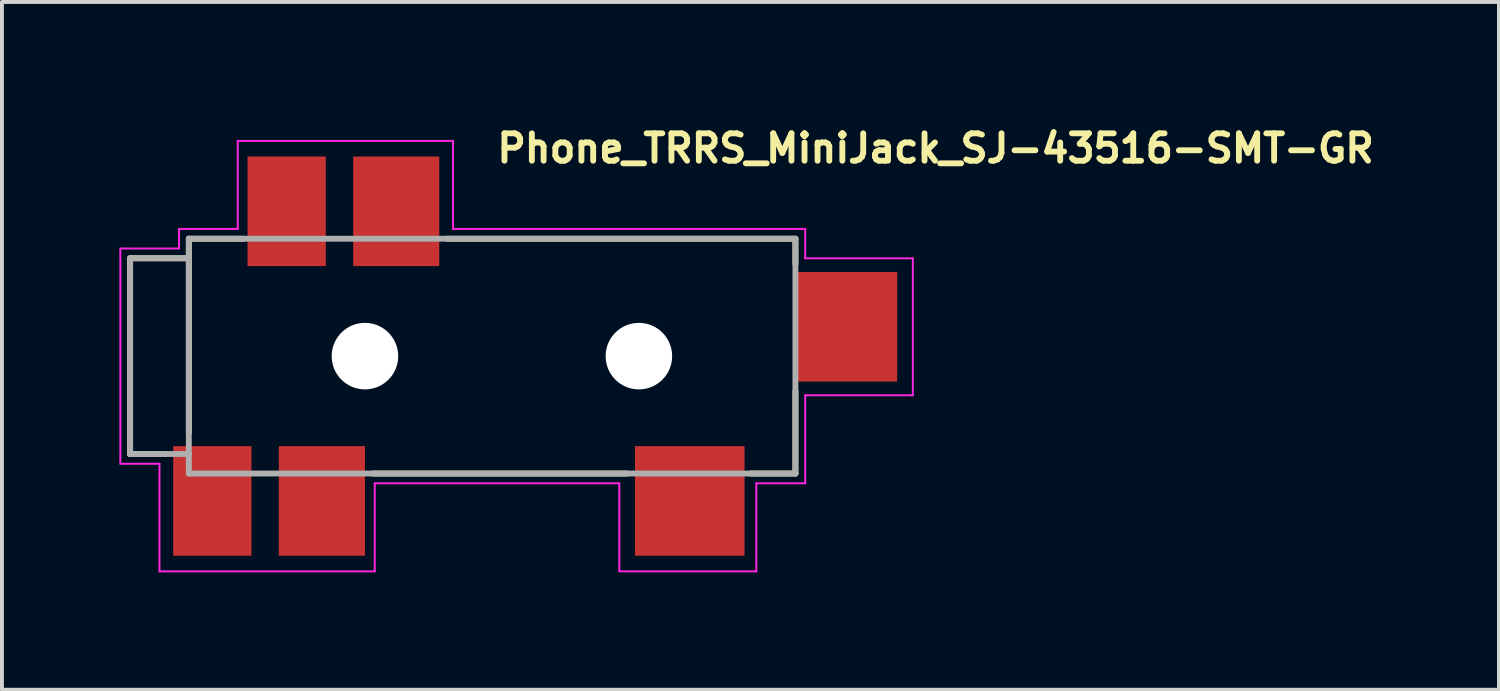
<source format=kicad_pcb>
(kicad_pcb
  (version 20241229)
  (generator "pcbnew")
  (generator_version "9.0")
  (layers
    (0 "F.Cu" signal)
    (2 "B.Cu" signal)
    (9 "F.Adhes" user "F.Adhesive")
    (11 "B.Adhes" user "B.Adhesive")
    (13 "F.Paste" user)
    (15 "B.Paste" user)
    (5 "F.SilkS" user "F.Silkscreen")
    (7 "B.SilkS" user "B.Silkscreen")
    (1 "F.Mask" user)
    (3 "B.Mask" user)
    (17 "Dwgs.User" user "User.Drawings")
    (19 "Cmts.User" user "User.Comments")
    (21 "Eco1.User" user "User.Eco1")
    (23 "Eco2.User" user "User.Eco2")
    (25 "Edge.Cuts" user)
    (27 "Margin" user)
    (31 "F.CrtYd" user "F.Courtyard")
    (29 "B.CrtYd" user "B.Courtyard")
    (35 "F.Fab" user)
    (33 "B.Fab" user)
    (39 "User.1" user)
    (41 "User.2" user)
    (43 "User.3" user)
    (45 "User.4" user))
  (footprint "Phone_TRRS_MiniJack_SJ-43516-SMT-GR"
    (layer "F.Cu")
    (at 9.525 6.05)
    (property "Reference" "Phone_TRRS_MiniJack_SJ-43516-SMT-GR" (at 0.05 -4.9 0) (layer "F.SilkS") (effects (font (size 0.7 0.7) (thickness 0.15)) (justify left bottom)))
    (attr smd)
    (fp_line (start -9.25 -2.5) (end -9.25 2.5) (stroke (width 0.15) (type solid)) (layer "F.SilkS"))
    (fp_line (start -9.25 2.5) (end -8.35 2.5) (stroke (width 0.15) (type solid)) (layer "F.SilkS"))
    (fp_line (start -7.75 -3) (end -7.75 -2.5) (stroke (width 0.15) (type solid)) (layer "F.SilkS"))
    (fp_line (start -7.75 -2.5) (end -9.25 -2.5) (stroke (width 0.15) (type solid)) (layer "F.SilkS"))
    (fp_line (start -7.75 -2.5) (end -7.75 1.95) (stroke (width 0.15) (type solid)) (layer "F.SilkS"))
    (fp_line (start -6.35 -3) (end -7.75 -3) (stroke (width 0.15) (type solid)) (layer "F.SilkS"))
    (fp_line (start -3.05 3) (end 3.45 3) (stroke (width 0.15) (type solid)) (layer "F.SilkS"))
    (fp_line (start 6.6 3) (end 7.75 3) (stroke (width 0.15) (type solid)) (layer "F.SilkS"))
    (fp_line (start 7.75 -3) (end -1.15 -3) (stroke (width 0.15) (type solid)) (layer "F.SilkS"))
    (fp_line (start 7.75 -3) (end 7.75 -2.35) (stroke (width 0.15) (type solid)) (layer "F.SilkS"))
    (fp_line (start 7.75 0.9) (end 7.75 3) (stroke (width 0.15) (type solid)) (layer "F.SilkS"))
    (fp_line (start -9.5 -2.75) (end -8 -2.75) (stroke (width 0.05) (type solid)) (layer "F.CrtYd"))
    (fp_line (start -9.5 2.75) (end -9.5 -2.75) (stroke (width 0.05) (type solid)) (layer "F.CrtYd"))
    (fp_line (start -8.5 2.75) (end -9.5 2.75) (stroke (width 0.05) (type solid)) (layer "F.CrtYd"))
    (fp_line (start -8.5 5.5) (end -8.5 2.75) (stroke (width 0.05) (type solid)) (layer "F.CrtYd"))
    (fp_line (start -8 -3.25) (end -6.5 -3.25) (stroke (width 0.05) (type solid)) (layer "F.CrtYd"))
    (fp_line (start -8 -2.75) (end -8 -3.25) (stroke (width 0.05) (type solid)) (layer "F.CrtYd"))
    (fp_line (start -6.5 -5.5) (end -1 -5.5) (stroke (width 0.05) (type solid)) (layer "F.CrtYd"))
    (fp_line (start -6.5 -3.25) (end -6.5 -5.5) (stroke (width 0.05) (type solid)) (layer "F.CrtYd"))
    (fp_line (start -3 3.25) (end -3 5.5) (stroke (width 0.05) (type solid)) (layer "F.CrtYd"))
    (fp_line (start -3 5.5) (end -8.5 5.5) (stroke (width 0.05) (type solid)) (layer "F.CrtYd"))
    (fp_line (start -1 -5.5) (end -1 -3.25) (stroke (width 0.05) (type solid)) (layer "F.CrtYd"))
    (fp_line (start -1 -3.25) (end 8 -3.25) (stroke (width 0.05) (type solid)) (layer "F.CrtYd"))
    (fp_line (start 3.25 3.25) (end -3 3.25) (stroke (width 0.05) (type solid)) (layer "F.CrtYd"))
    (fp_line (start 3.25 5.5) (end 3.25 3.25) (stroke (width 0.05) (type solid)) (layer "F.CrtYd"))
    (fp_line (start 6.75 3.25) (end 6.75 5.5) (stroke (width 0.05) (type solid)) (layer "F.CrtYd"))
    (fp_line (start 6.75 5.5) (end 3.25 5.5) (stroke (width 0.05) (type solid)) (layer "F.CrtYd"))
    (fp_line (start 8 -3.25) (end 8 -2.5) (stroke (width 0.05) (type solid)) (layer "F.CrtYd"))
    (fp_line (start 8 -2.5) (end 10.75 -2.5) (stroke (width 0.05) (type solid)) (layer "F.CrtYd"))
    (fp_line (start 8 1) (end 8 3.25) (stroke (width 0.05) (type solid)) (layer "F.CrtYd"))
    (fp_line (start 8 3.25) (end 6.75 3.25) (stroke (width 0.05) (type solid)) (layer "F.CrtYd"))
    (fp_line (start 10.75 -2.5) (end 10.75 1) (stroke (width 0.05) (type solid)) (layer "F.CrtYd"))
    (fp_line (start 10.75 1) (end 8 1) (stroke (width 0.05) (type solid)) (layer "F.CrtYd"))
    (fp_line (start -9.25 -2.5) (end -9.25 2.5) (stroke (width 0.15) (type solid)) (layer "F.Fab"))
    (fp_line (start -9.25 2.5) (end -7.75 2.5) (stroke (width 0.15) (type solid)) (layer "F.Fab"))
    (fp_line (start -7.75 -3) (end -7.75 -2.5) (stroke (width 0.15) (type solid)) (layer "F.Fab"))
    (fp_line (start -7.75 -2.5) (end -9.25 -2.5) (stroke (width 0.15) (type solid)) (layer "F.Fab"))
    (fp_line (start -7.75 -2.5) (end -7.75 2.5) (stroke (width 0.15) (type solid)) (layer "F.Fab"))
    (fp_line (start -7.75 2.5) (end -7.75 3) (stroke (width 0.15) (type solid)) (layer "F.Fab"))
    (fp_line (start -7.75 3) (end 7.75 3) (stroke (width 0.15) (type solid)) (layer "F.Fab"))
    (fp_line (start 7.75 -3) (end -7.75 -3) (stroke (width 0.15) (type solid)) (layer "F.Fab"))
    (fp_line (start 7.75 3) (end 7.75 -3) (stroke (width 0.15) (type solid)) (layer "F.Fab"))
    (fp_rect (start -9.45 -4.5) (end 9.75 4.5) (stroke (width 0.1) (type solid)) (fill no) (layer "User.5"))
    (fp_line (start -9.449 2.51) (end -9.45 2.55) (stroke (width 0.02) (type solid)) (layer "User.9"))
    (fp_line (start -9.447 2.471) (end -9.449 2.51) (stroke (width 0.02) (type solid)) (layer "User.9"))
    (fp_line (start -9.443 2.432) (end -9.447 2.471) (stroke (width 0.02) (type solid)) (layer "User.9"))
    (fp_line (start -9.437 2.393) (end -9.443 2.432) (stroke (width 0.02) (type solid)) (layer "User.9"))
    (fp_line (start -9.43 2.355) (end -9.437 2.393) (stroke (width 0.02) (type solid)) (layer "User.9"))
    (fp_line (start -9.421 2.317) (end -9.43 2.355) (stroke (width 0.02) (type solid)) (layer "User.9"))
    (fp_line (start -9.411 2.279) (end -9.421 2.317) (stroke (width 0.02) (type solid)) (layer "User.9"))
    (fp_line (start -9.399 2.242) (end -9.411 2.279) (stroke (width 0.02) (type solid)) (layer "User.9"))
    (fp_line (start -9.385 2.205) (end -9.399 2.242) (stroke (width 0.02) (type solid)) (layer "User.9"))
    (fp_line (start -9.37 2.169) (end -9.385 2.205) (stroke (width 0.02) (type solid)) (layer "User.9"))
    (fp_line (start -9.354 2.133) (end -9.37 2.169) (stroke (width 0.02) (type solid)) (layer "User.9"))
    (fp_line (start -9.336 2.099) (end -9.354 2.133) (stroke (width 0.02) (type solid)) (layer "User.9"))
    (fp_line (start -9.317 2.065) (end -9.336 2.099) (stroke (width 0.02) (type solid)) (layer "User.9"))
    (fp_line (start -9.296 2.031) (end -9.317 2.065) (stroke (width 0.02) (type solid)) (layer "User.9"))
    (fp_line (start -9.274 1.999) (end -9.296 2.031) (stroke (width 0.02) (type solid)) (layer "User.9"))
    (fp_line (start -9.25 -2.3) (end -9.05 -2.5) (stroke (width 0.02) (type solid)) (layer "User.9"))
    (fp_line (start -9.25 -2.25) (end -9.25 -2.3) (stroke (width 0.02) (type solid)) (layer "User.9"))
    (fp_line (start -9.25 -2.25) (end -9.25 -2.25) (stroke (width 0.02) (type solid)) (layer "User.9"))
    (fp_line (start -9.25 -2.102) (end -9.25 -2.25) (stroke (width 0.02) (type solid)) (layer "User.9"))
    (fp_line (start -9.25 -2.102) (end -9.25 -2.102) (stroke (width 0.02) (type solid)) (layer "User.9"))
    (fp_line (start -9.25 -1.864) (end -9.25 -2.102) (stroke (width 0.02) (type solid)) (layer "User.9"))
    (fp_line (start -9.25 -1.864) (end -9.25 -1.864) (stroke (width 0.02) (type solid)) (layer "User.9"))
    (fp_line (start -9.25 -1.544) (end -9.25 -1.864) (stroke (width 0.02) (type solid)) (layer "User.9"))
    (fp_line (start -9.25 -1.544) (end -9.25 -1.544) (stroke (width 0.02) (type solid)) (layer "User.9"))
    (fp_line (start -9.25 -1.157) (end -9.25 -1.544) (stroke (width 0.02) (type solid)) (layer "User.9"))
    (fp_line (start -9.25 -1.157) (end -9.25 -1.157) (stroke (width 0.02) (type solid)) (layer "User.9"))
    (fp_line (start -9.25 -0.72) (end -9.25 -1.157) (stroke (width 0.02) (type solid)) (layer "User.9"))
    (fp_line (start -9.25 -0.72) (end -9.25 -0.72) (stroke (width 0.02) (type solid)) (layer "User.9"))
    (fp_line (start -9.25 -0.252) (end -9.25 -0.72) (stroke (width 0.02) (type solid)) (layer "User.9"))
    (fp_line (start -9.25 -0.252) (end -9.25 -0.252) (stroke (width 0.02) (type solid)) (layer "User.9"))
    (fp_line (start -9.25 0.228) (end -9.25 -0.252) (stroke (width 0.02) (type solid)) (layer "User.9"))
    (fp_line (start -9.25 0.228) (end -9.25 0.228) (stroke (width 0.02) (type solid)) (layer "User.9"))
    (fp_line (start -9.25 0.697) (end -9.25 0.228) (stroke (width 0.02) (type solid)) (layer "User.9"))
    (fp_line (start -9.25 0.697) (end -9.25 0.697) (stroke (width 0.02) (type solid)) (layer "User.9"))
    (fp_line (start -9.25 1.136) (end -9.25 0.697) (stroke (width 0.02) (type solid)) (layer "User.9"))
    (fp_line (start -9.25 1.136) (end -9.25 1.136) (stroke (width 0.02) (type solid)) (layer "User.9"))
    (fp_line (start -9.25 1.526) (end -9.25 1.136) (stroke (width 0.02) (type solid)) (layer "User.9"))
    (fp_line (start -9.25 1.526) (end -9.25 1.526) (stroke (width 0.02) (type solid)) (layer "User.9"))
    (fp_line (start -9.25 1.849) (end -9.25 1.526) (stroke (width 0.02) (type solid)) (layer "User.9"))
    (fp_line (start -9.25 1.849) (end -9.25 1.849) (stroke (width 0.02) (type solid)) (layer "User.9"))
    (fp_line (start -9.25 1.967) (end -9.274 1.999) (stroke (width 0.02) (type solid)) (layer "User.9"))
    (fp_line (start -9.25 2.093) (end -9.25 1.849) (stroke (width 0.02) (type solid)) (layer "User.9"))
    (fp_line (start -9.25 2.093) (end -9.25 2.093) (stroke (width 0.02) (type solid)) (layer "User.9"))
    (fp_line (start -9.25 2.245) (end -9.25 2.093) (stroke (width 0.02) (type solid)) (layer "User.9"))
    (fp_line (start -9.25 2.533) (end -9.25 2.55) (stroke (width 0.02) (type solid)) (layer "User.9"))
    (fp_line (start -9.25 2.55) (end -9.45 2.55) (stroke (width 0.02) (type solid)) (layer "User.9"))
    (fp_line (start -9.249 2.517) (end -9.25 2.533) (stroke (width 0.02) (type solid)) (layer "User.9"))
    (fp_line (start -9.248 2.501) (end -9.249 2.517) (stroke (width 0.02) (type solid)) (layer "User.9"))
    (fp_line (start -9.247 2.484) (end -9.248 2.501) (stroke (width 0.02) (type solid)) (layer "User.9"))
    (fp_line (start -9.245 2.468) (end -9.247 2.484) (stroke (width 0.02) (type solid)) (layer "User.9"))
    (fp_line (start -9.243 2.451) (end -9.245 2.468) (stroke (width 0.02) (type solid)) (layer "User.9"))
    (fp_line (start -9.241 2.435) (end -9.243 2.451) (stroke (width 0.02) (type solid)) (layer "User.9"))
    (fp_line (start -9.238 2.419) (end -9.241 2.435) (stroke (width 0.02) (type solid)) (layer "User.9"))
    (fp_line (start -9.235 2.403) (end -9.238 2.419) (stroke (width 0.02) (type solid)) (layer "User.9"))
    (fp_line (start -9.232 2.387) (end -9.235 2.403) (stroke (width 0.02) (type solid)) (layer "User.9"))
    (fp_line (start -9.228 2.371) (end -9.232 2.387) (stroke (width 0.02) (type solid)) (layer "User.9"))
    (fp_line (start -9.224 2.355) (end -9.228 2.371) (stroke (width 0.02) (type solid)) (layer "User.9"))
    (fp_line (start -9.22 2.339) (end -9.224 2.355) (stroke (width 0.02) (type solid)) (layer "User.9"))
    (fp_line (start -9.215 2.323) (end -9.22 2.339) (stroke (width 0.02) (type solid)) (layer "User.9"))
    (fp_line (start -9.21 2.307) (end -9.215 2.323) (stroke (width 0.02) (type solid)) (layer "User.9"))
    (fp_line (start -9.204 2.292) (end -9.21 2.307) (stroke (width 0.02) (type solid)) (layer "User.9"))
    (fp_line (start -9.204 2.292) (end -9.05 2.449) (stroke (width 0.02) (type solid)) (layer "User.9"))
    (fp_line (start -9.05 -2.5) (end -9.05 -2.445) (stroke (width 0.02) (type solid)) (layer "User.9"))
    (fp_line (start -9.05 -2.5) (end -7.75 -2.5) (stroke (width 0.02) (type solid)) (layer "User.9"))
    (fp_line (start -9.05 -2.445) (end -9.05 -2.445) (stroke (width 0.02) (type solid)) (layer "User.9"))
    (fp_line (start -9.05 -2.445) (end -9.05 -2.283) (stroke (width 0.02) (type solid)) (layer "User.9"))
    (fp_line (start -9.05 -2.283) (end -9.05 -2.283) (stroke (width 0.02) (type solid)) (layer "User.9"))
    (fp_line (start -9.05 -2.283) (end -9.05 -2.02) (stroke (width 0.02) (type solid)) (layer "User.9"))
    (fp_line (start -9.05 -2.02) (end -9.05 -2.02) (stroke (width 0.02) (type solid)) (layer "User.9"))
    (fp_line (start -9.05 -2.02) (end -9.05 -1.669) (stroke (width 0.02) (type solid)) (layer "User.9"))
    (fp_line (start -9.05 -1.669) (end -9.05 -1.669) (stroke (width 0.02) (type solid)) (layer "User.9"))
    (fp_line (start -9.05 -1.669) (end -9.05 -1.244) (stroke (width 0.02) (type solid)) (layer "User.9"))
    (fp_line (start -9.05 -1.244) (end -9.05 -1.244) (stroke (width 0.02) (type solid)) (layer "User.9"))
    (fp_line (start -9.05 -1.244) (end -9.05 -0.764) (stroke (width 0.02) (type solid)) (layer "User.9"))
    (fp_line (start -9.05 -0.764) (end -9.05 -0.764) (stroke (width 0.02) (type solid)) (layer "User.9"))
    (fp_line (start -9.05 -0.764) (end -9.05 -0.251) (stroke (width 0.02) (type solid)) (layer "User.9"))
    (fp_line (start -9.05 -0.251) (end -9.05 -0.251) (stroke (width 0.02) (type solid)) (layer "User.9"))
    (fp_line (start -9.05 -0.251) (end -9.05 0.273) (stroke (width 0.02) (type solid)) (layer "User.9"))
    (fp_line (start -9.05 0.273) (end -9.05 0.273) (stroke (width 0.02) (type solid)) (layer "User.9"))
    (fp_line (start -9.05 0.273) (end -9.05 0.785) (stroke (width 0.02) (type solid)) (layer "User.9"))
    (fp_line (start -9.05 0.785) (end -9.05 0.785) (stroke (width 0.02) (type solid)) (layer "User.9"))
    (fp_line (start -9.05 0.785) (end -9.05 1.262) (stroke (width 0.02) (type solid)) (layer "User.9"))
    (fp_line (start -9.05 1.262) (end -9.05 1.262) (stroke (width 0.02) (type solid)) (layer "User.9"))
    (fp_line (start -9.05 1.262) (end -9.05 1.685) (stroke (width 0.02) (type solid)) (layer "User.9"))
    (fp_line (start -9.05 1.685) (end -9.05 1.685) (stroke (width 0.02) (type solid)) (layer "User.9"))
    (fp_line (start -9.05 1.685) (end -9.05 2.033) (stroke (width 0.02) (type solid)) (layer "User.9"))
    (fp_line (start -9.05 2.033) (end -9.05 2.033) (stroke (width 0.02) (type solid)) (layer "User.9"))
    (fp_line (start -9.05 2.033) (end -9.05 2.291) (stroke (width 0.02) (type solid)) (layer "User.9"))
    (fp_line (start -9.05 2.291) (end -9.05 2.291) (stroke (width 0.02) (type solid)) (layer "User.9"))
    (fp_line (start -9.05 2.291) (end -9.05 2.449) (stroke (width 0.02) (type solid)) (layer "User.9"))
    (fp_line (start -9.05 2.449) (end -9.25 2.245) (stroke (width 0.02) (type solid)) (layer "User.9"))
    (fp_line (start -9.05 2.449) (end -7.75 2.449) (stroke (width 0.02) (type solid)) (layer "User.9"))
    (fp_line (start -7.75 0) (end -7.75 -3) (stroke (width 0.02) (type solid)) (layer "User.9"))
    (fp_line (start -7.75 3) (end -7.75 0) (stroke (width 0.02) (type solid)) (layer "User.9"))
    (fp_line (start -7.7 3.2) (end -7.7 3) (stroke (width 0.02) (type solid)) (layer "User.9"))
    (fp_line (start -7.55 3.2) (end -7.55 4.3) (stroke (width 0.02) (type solid)) (layer "User.9"))
    (fp_line (start -7.55 4.3) (end -7.55 4.31) (stroke (width 0.02) (type solid)) (layer "User.9"))
    (fp_line (start -7.55 4.31) (end -7.549 4.32) (stroke (width 0.02) (type solid)) (layer "User.9"))
    (fp_line (start -7.549 4.32) (end -7.548 4.33) (stroke (width 0.02) (type solid)) (layer "User.9"))
    (fp_line (start -7.548 4.33) (end -7.546 4.339) (stroke (width 0.02) (type solid)) (layer "User.9"))
    (fp_line (start -7.546 4.339) (end -7.544 4.349) (stroke (width 0.02) (type solid)) (layer "User.9"))
    (fp_line (start -7.544 4.349) (end -7.541 4.358) (stroke (width 0.02) (type solid)) (layer "User.9"))
    (fp_line (start -7.541 4.358) (end -7.538 4.367) (stroke (width 0.02) (type solid)) (layer "User.9"))
    (fp_line (start -7.538 4.367) (end -7.535 4.377) (stroke (width 0.02) (type solid)) (layer "User.9"))
    (fp_line (start -7.535 4.377) (end -7.531 4.385) (stroke (width 0.02) (type solid)) (layer "User.9"))
    (fp_line (start -7.531 4.385) (end -7.526 4.394) (stroke (width 0.02) (type solid)) (layer "User.9"))
    (fp_line (start -7.526 4.394) (end -7.522 4.403) (stroke (width 0.02) (type solid)) (layer "User.9"))
    (fp_line (start -7.522 4.403) (end -7.516 4.411) (stroke (width 0.02) (type solid)) (layer "User.9"))
    (fp_line (start -7.516 4.411) (end -7.511 4.419) (stroke (width 0.02) (type solid)) (layer "User.9"))
    (fp_line (start -7.511 4.419) (end -7.505 4.427) (stroke (width 0.02) (type solid)) (layer "User.9"))
    (fp_line (start -7.505 4.427) (end -7.498 4.434) (stroke (width 0.02) (type solid)) (layer "User.9"))
    (fp_line (start -7.498 4.434) (end -7.491 4.441) (stroke (width 0.02) (type solid)) (layer "User.9"))
    (fp_line (start -7.491 4.441) (end -7.491 4.441) (stroke (width 0.02) (type solid)) (layer "User.9"))
    (fp_line (start -7.491 4.441) (end -7.484 4.448) (stroke (width 0.02) (type solid)) (layer "User.9"))
    (fp_line (start -7.484 4.448) (end -7.477 4.455) (stroke (width 0.02) (type solid)) (layer "User.9"))
    (fp_line (start -7.477 4.455) (end -7.469 4.461) (stroke (width 0.02) (type solid)) (layer "User.9"))
    (fp_line (start -7.469 4.461) (end -7.461 4.466) (stroke (width 0.02) (type solid)) (layer "User.9"))
    (fp_line (start -7.461 4.466) (end -7.453 4.472) (stroke (width 0.02) (type solid)) (layer "User.9"))
    (fp_line (start -7.453 4.472) (end -7.444 4.476) (stroke (width 0.02) (type solid)) (layer "User.9"))
    (fp_line (start -7.444 4.476) (end -7.435 4.481) (stroke (width 0.02) (type solid)) (layer "User.9"))
    (fp_line (start -7.435 4.481) (end -7.427 4.485) (stroke (width 0.02) (type solid)) (layer "User.9"))
    (fp_line (start -7.427 4.485) (end -7.417 4.488) (stroke (width 0.02) (type solid)) (layer "User.9"))
    (fp_line (start -7.417 4.488) (end -7.408 4.491) (stroke (width 0.02) (type solid)) (layer "User.9"))
    (fp_line (start -7.408 4.491) (end -7.399 4.494) (stroke (width 0.02) (type solid)) (layer "User.9"))
    (fp_line (start -7.399 4.494) (end -7.389 4.496) (stroke (width 0.02) (type solid)) (layer "User.9"))
    (fp_line (start -7.389 4.496) (end -7.38 4.498) (stroke (width 0.02) (type solid)) (layer "User.9"))
    (fp_line (start -7.38 4.498) (end -7.37 4.499) (stroke (width 0.02) (type solid)) (layer "User.9"))
    (fp_line (start -7.37 4.499) (end -7.36 4.5) (stroke (width 0.02) (type solid)) (layer "User.9"))
    (fp_line (start -7.36 4.5) (end -7.35 4.5) (stroke (width 0.02) (type solid)) (layer "User.9"))
    (fp_line (start -7.35 4.5) (end -6.95 4.5) (stroke (width 0.02) (type solid)) (layer "User.9"))
    (fp_line (start -6.95 4.5) (end -6.94 4.5) (stroke (width 0.02) (type solid)) (layer "User.9"))
    (fp_line (start -6.94 4.5) (end -6.93 4.499) (stroke (width 0.02) (type solid)) (layer "User.9"))
    (fp_line (start -6.93 4.499) (end -6.92 4.498) (stroke (width 0.02) (type solid)) (layer "User.9"))
    (fp_line (start -6.92 4.498) (end -6.91 4.496) (stroke (width 0.02) (type solid)) (layer "User.9"))
    (fp_line (start -6.91 4.496) (end -6.9 4.494) (stroke (width 0.02) (type solid)) (layer "User.9"))
    (fp_line (start -6.9 4.494) (end -6.891 4.491) (stroke (width 0.02) (type solid)) (layer "User.9"))
    (fp_line (start -6.891 4.491) (end -6.881 4.488) (stroke (width 0.02) (type solid)) (layer "User.9"))
    (fp_line (start -6.881 4.488) (end -6.872 4.484) (stroke (width 0.02) (type solid)) (layer "User.9"))
    (fp_line (start -6.872 4.484) (end -6.863 4.48) (stroke (width 0.02) (type solid)) (layer "User.9"))
    (fp_line (start -6.863 4.48) (end -6.855 4.476) (stroke (width 0.02) (type solid)) (layer "User.9"))
    (fp_line (start -6.855 4.476) (end -6.846 4.471) (stroke (width 0.02) (type solid)) (layer "User.9"))
    (fp_line (start -6.846 4.471) (end -6.838 4.466) (stroke (width 0.02) (type solid)) (layer "User.9"))
    (fp_line (start -6.838 4.466) (end -6.83 4.46) (stroke (width 0.02) (type solid)) (layer "User.9"))
    (fp_line (start -6.83 4.46) (end -6.823 4.454) (stroke (width 0.02) (type solid)) (layer "User.9"))
    (fp_line (start -6.823 4.454) (end -6.816 4.448) (stroke (width 0.02) (type solid)) (layer "User.9"))
    (fp_line (start -6.816 4.448) (end -6.809 4.441) (stroke (width 0.02) (type solid)) (layer "User.9"))
    (fp_line (start -6.809 4.441) (end -6.802 4.434) (stroke (width 0.02) (type solid)) (layer "User.9"))
    (fp_line (start -6.802 4.434) (end -6.796 4.427) (stroke (width 0.02) (type solid)) (layer "User.9"))
    (fp_line (start -6.796 4.427) (end -6.79 4.42) (stroke (width 0.02) (type solid)) (layer "User.9"))
    (fp_line (start -6.79 4.42) (end -6.784 4.412) (stroke (width 0.02) (type solid)) (layer "User.9"))
    (fp_line (start -6.784 4.412) (end -6.779 4.404) (stroke (width 0.02) (type solid)) (layer "User.9"))
    (fp_line (start -6.779 4.404) (end -6.774 4.395) (stroke (width 0.02) (type solid)) (layer "User.9"))
    (fp_line (start -6.774 4.395) (end -6.77 4.387) (stroke (width 0.02) (type solid)) (layer "User.9"))
    (fp_line (start -6.77 4.387) (end -6.766 4.378) (stroke (width 0.02) (type solid)) (layer "User.9"))
    (fp_line (start -6.766 4.378) (end -6.762 4.369) (stroke (width 0.02) (type solid)) (layer "User.9"))
    (fp_line (start -6.762 4.369) (end -6.759 4.359) (stroke (width 0.02) (type solid)) (layer "User.9"))
    (fp_line (start -6.759 4.359) (end -6.756 4.35) (stroke (width 0.02) (type solid)) (layer "User.9"))
    (fp_line (start -6.756 4.35) (end -6.754 4.34) (stroke (width 0.02) (type solid)) (layer "User.9"))
    (fp_line (start -6.754 4.34) (end -6.752 4.33) (stroke (width 0.02) (type solid)) (layer "User.9"))
    (fp_line (start -6.752 4.33) (end -6.751 4.32) (stroke (width 0.02) (type solid)) (layer "User.9"))
    (fp_line (start -6.751 4.32) (end -6.75 4.31) (stroke (width 0.02) (type solid)) (layer "User.9"))
    (fp_line (start -6.75 3) (end -7.75 3) (stroke (width 0.02) (type solid)) (layer "User.9"))
    (fp_line (start -6.75 3.2) (end -7.7 3.2) (stroke (width 0.02) (type solid)) (layer "User.9"))
    (fp_line (start -6.75 3.7) (end -6.75 3) (stroke (width 0.02) (type solid)) (layer "User.9"))
    (fp_line (start -6.75 3.7) (end -6.75 4.3) (stroke (width 0.02) (type solid)) (layer "User.9"))
    (fp_line (start -6.75 4.31) (end -6.75 4.3) (stroke (width 0.02) (type solid)) (layer "User.9"))
    (fp_line (start -6.25 -2.5) (end -6.25 -0.9) (stroke (width 0.02) (type solid)) (layer "User.9"))
    (fp_line (start -6.25 -0.9) (end -0.25 -0.9) (stroke (width 0.02) (type solid)) (layer "User.9"))
    (fp_line (start -6.25 2.153) (end -6.25 2.753) (stroke (width 0.02) (type solid)) (layer "User.9"))
    (fp_line (start -6.25 2.753) (end -3.25 2.753) (stroke (width 0.02) (type solid)) (layer "User.9"))
    (fp_line (start -6.15 -2.4) (end -6.15 -1) (stroke (width 0.02) (type solid)) (layer "User.9"))
    (fp_line (start -6.15 -1) (end -0.35 -1) (stroke (width 0.02) (type solid)) (layer "User.9"))
    (fp_line (start -6.15 2.253) (end -6.15 2.653) (stroke (width 0.02) (type solid)) (layer "User.9"))
    (fp_line (start -6.15 2.653) (end -3.35 2.653) (stroke (width 0.02) (type solid)) (layer "User.9"))
    (fp_line (start -5.75 -3) (end -7.75 -3) (stroke (width 0.02) (type solid)) (layer "User.9"))
    (fp_line (start -5.75 -3) (end -5.75 -2.5) (stroke (width 0.02) (type solid)) (layer "User.9"))
    (fp_line (start -5.75 -2.5) (end -6.25 -2.5) (stroke (width 0.02) (type solid)) (layer "User.9"))
    (fp_line (start -5.75 3) (end -5.75 3.7) (stroke (width 0.02) (type solid)) (layer "User.9"))
    (fp_line (start -5.75 3.7) (end -6.75 3.7) (stroke (width 0.02) (type solid)) (layer "User.9"))
    (fp_line (start -5.65 -4.31) (end -5.65 -4.3) (stroke (width 0.02) (type solid)) (layer "User.9"))
    (fp_line (start -5.65 -2.75) (end -5.65 -4.3) (stroke (width 0.02) (type solid)) (layer "User.9"))
    (fp_line (start -5.65 -2.7) (end -5.65 -2.75) (stroke (width 0.02) (type solid)) (layer "User.9"))
    (fp_line (start -5.65 -2.7) (end -4.85 -2.7) (stroke (width 0.02) (type solid)) (layer "User.9"))
    (fp_line (start -5.65 -2.612) (end -5.65 -2.7) (stroke (width 0.02) (type solid)) (layer "User.9"))
    (fp_line (start -5.65 -2.612) (end -5.65 -2.612) (stroke (width 0.02) (type solid)) (layer "User.9"))
    (fp_line (start -5.65 -2.5) (end -5.75 -2.5) (stroke (width 0.02) (type solid)) (layer "User.9"))
    (fp_line (start -5.65 -2.4) (end -6.15 -2.4) (stroke (width 0.02) (type solid)) (layer "User.9"))
    (fp_line (start -5.65 -2.4) (end -5.65 -2.612) (stroke (width 0.02) (type solid)) (layer "User.9"))
    (fp_line (start -5.649 -4.32) (end -5.65 -4.31) (stroke (width 0.02) (type solid)) (layer "User.9"))
    (fp_line (start -5.648 -4.33) (end -5.649 -4.32) (stroke (width 0.02) (type solid)) (layer "User.9"))
    (fp_line (start -5.646 -4.339) (end -5.648 -4.33) (stroke (width 0.02) (type solid)) (layer "User.9"))
    (fp_line (start -5.644 -4.349) (end -5.646 -4.339) (stroke (width 0.02) (type solid)) (layer "User.9"))
    (fp_line (start -5.641 -4.358) (end -5.644 -4.349) (stroke (width 0.02) (type solid)) (layer "User.9"))
    (fp_line (start -5.638 -4.367) (end -5.641 -4.358) (stroke (width 0.02) (type solid)) (layer "User.9"))
    (fp_line (start -5.635 -4.377) (end -5.638 -4.367) (stroke (width 0.02) (type solid)) (layer "User.9"))
    (fp_line (start -5.631 -4.385) (end -5.635 -4.377) (stroke (width 0.02) (type solid)) (layer "User.9"))
    (fp_line (start -5.626 -4.394) (end -5.631 -4.385) (stroke (width 0.02) (type solid)) (layer "User.9"))
    (fp_line (start -5.622 -4.403) (end -5.626 -4.394) (stroke (width 0.02) (type solid)) (layer "User.9"))
    (fp_line (start -5.616 -4.411) (end -5.622 -4.403) (stroke (width 0.02) (type solid)) (layer "User.9"))
    (fp_line (start -5.611 -4.419) (end -5.616 -4.411) (stroke (width 0.02) (type solid)) (layer "User.9"))
    (fp_line (start -5.605 -4.427) (end -5.611 -4.419) (stroke (width 0.02) (type solid)) (layer "User.9"))
    (fp_line (start -5.598 -4.434) (end -5.605 -4.427) (stroke (width 0.02) (type solid)) (layer "User.9"))
    (fp_line (start -5.591 -4.441) (end -5.598 -4.434) (stroke (width 0.02) (type solid)) (layer "User.9"))
    (fp_line (start -5.591 -4.441) (end -5.591 -4.441) (stroke (width 0.02) (type solid)) (layer "User.9"))
    (fp_line (start -5.584 -4.448) (end -5.591 -4.441) (stroke (width 0.02) (type solid)) (layer "User.9"))
    (fp_line (start -5.577 -4.455) (end -5.584 -4.448) (stroke (width 0.02) (type solid)) (layer "User.9"))
    (fp_line (start -5.569 -4.461) (end -5.577 -4.455) (stroke (width 0.02) (type solid)) (layer "User.9"))
    (fp_line (start -5.561 -4.466) (end -5.569 -4.461) (stroke (width 0.02) (type solid)) (layer "User.9"))
    (fp_line (start -5.553 -4.472) (end -5.561 -4.466) (stroke (width 0.02) (type solid)) (layer "User.9"))
    (fp_line (start -5.544 -4.476) (end -5.553 -4.472) (stroke (width 0.02) (type solid)) (layer "User.9"))
    (fp_line (start -5.535 -4.481) (end -5.544 -4.476) (stroke (width 0.02) (type solid)) (layer "User.9"))
    (fp_line (start -5.527 -4.485) (end -5.535 -4.481) (stroke (width 0.02) (type solid)) (layer "User.9"))
    (fp_line (start -5.517 -4.488) (end -5.527 -4.485) (stroke (width 0.02) (type solid)) (layer "User.9"))
    (fp_line (start -5.508 -4.491) (end -5.517 -4.488) (stroke (width 0.02) (type solid)) (layer "User.9"))
    (fp_line (start -5.499 -4.494) (end -5.508 -4.491) (stroke (width 0.02) (type solid)) (layer "User.9"))
    (fp_line (start -5.489 -4.496) (end -5.499 -4.494) (stroke (width 0.02) (type solid)) (layer "User.9"))
    (fp_line (start -5.48 -4.498) (end -5.489 -4.496) (stroke (width 0.02) (type solid)) (layer "User.9"))
    (fp_line (start -5.47 -4.499) (end -5.48 -4.498) (stroke (width 0.02) (type solid)) (layer "User.9"))
    (fp_line (start -5.46 -4.5) (end -5.47 -4.499) (stroke (width 0.02) (type solid)) (layer "User.9"))
    (fp_line (start -5.45 -4.5) (end -5.46 -4.5) (stroke (width 0.02) (type solid)) (layer "User.9"))
    (fp_line (start -5.45 -4.5) (end -5.05 -4.5) (stroke (width 0.02) (type solid)) (layer "User.9"))
    (fp_line (start -5.04 -4.5) (end -5.05 -4.5) (stroke (width 0.02) (type solid)) (layer "User.9"))
    (fp_line (start -5.03 -4.499) (end -5.04 -4.5) (stroke (width 0.02) (type solid)) (layer "User.9"))
    (fp_line (start -5.02 -4.498) (end -5.03 -4.499) (stroke (width 0.02) (type solid)) (layer "User.9"))
    (fp_line (start -5.011 -4.496) (end -5.02 -4.498) (stroke (width 0.02) (type solid)) (layer "User.9"))
    (fp_line (start -5.001 -4.494) (end -5.011 -4.496) (stroke (width 0.02) (type solid)) (layer "User.9"))
    (fp_line (start -4.992 -4.491) (end -5.001 -4.494) (stroke (width 0.02) (type solid)) (layer "User.9"))
    (fp_line (start -4.983 -4.488) (end -4.992 -4.491) (stroke (width 0.02) (type solid)) (layer "User.9"))
    (fp_line (start -4.973 -4.485) (end -4.983 -4.488) (stroke (width 0.02) (type solid)) (layer "User.9"))
    (fp_line (start -4.965 -4.481) (end -4.973 -4.485) (stroke (width 0.02) (type solid)) (layer "User.9"))
    (fp_line (start -4.956 -4.476) (end -4.965 -4.481) (stroke (width 0.02) (type solid)) (layer "User.9"))
    (fp_line (start -4.947 -4.472) (end -4.956 -4.476) (stroke (width 0.02) (type solid)) (layer "User.9"))
    (fp_line (start -4.939 -4.466) (end -4.947 -4.472) (stroke (width 0.02) (type solid)) (layer "User.9"))
    (fp_line (start -4.931 -4.461) (end -4.939 -4.466) (stroke (width 0.02) (type solid)) (layer "User.9"))
    (fp_line (start -4.923 -4.455) (end -4.931 -4.461) (stroke (width 0.02) (type solid)) (layer "User.9"))
    (fp_line (start -4.916 -4.448) (end -4.923 -4.455) (stroke (width 0.02) (type solid)) (layer "User.9"))
    (fp_line (start -4.909 -4.441) (end -4.916 -4.448) (stroke (width 0.02) (type solid)) (layer "User.9"))
    (fp_line (start -4.909 -4.441) (end -4.909 -4.441) (stroke (width 0.02) (type solid)) (layer "User.9"))
    (fp_line (start -4.902 -4.434) (end -4.909 -4.441) (stroke (width 0.02) (type solid)) (layer "User.9"))
    (fp_line (start -4.895 -4.427) (end -4.902 -4.434) (stroke (width 0.02) (type solid)) (layer "User.9"))
    (fp_line (start -4.889 -4.419) (end -4.895 -4.427) (stroke (width 0.02) (type solid)) (layer "User.9"))
    (fp_line (start -4.884 -4.411) (end -4.889 -4.419) (stroke (width 0.02) (type solid)) (layer "User.9"))
    (fp_line (start -4.878 -4.403) (end -4.884 -4.411) (stroke (width 0.02) (type solid)) (layer "User.9"))
    (fp_line (start -4.874 -4.394) (end -4.878 -4.403) (stroke (width 0.02) (type solid)) (layer "User.9"))
    (fp_line (start -4.869 -4.385) (end -4.874 -4.394) (stroke (width 0.02) (type solid)) (layer "User.9"))
    (fp_line (start -4.865 -4.377) (end -4.869 -4.385) (stroke (width 0.02) (type solid)) (layer "User.9"))
    (fp_line (start -4.862 -4.367) (end -4.865 -4.377) (stroke (width 0.02) (type solid)) (layer "User.9"))
    (fp_line (start -4.859 -4.358) (end -4.862 -4.367) (stroke (width 0.02) (type solid)) (layer "User.9"))
    (fp_line (start -4.856 -4.349) (end -4.859 -4.358) (stroke (width 0.02) (type solid)) (layer "User.9"))
    (fp_line (start -4.854 -4.339) (end -4.856 -4.349) (stroke (width 0.02) (type solid)) (layer "User.9"))
    (fp_line (start -4.852 -4.33) (end -4.854 -4.339) (stroke (width 0.02) (type solid)) (layer "User.9"))
    (fp_line (start -4.851 -4.32) (end -4.852 -4.33) (stroke (width 0.02) (type solid)) (layer "User.9"))
    (fp_line (start -4.85 -4.31) (end -4.851 -4.32) (stroke (width 0.02) (type solid)) (layer "User.9"))
    (fp_line (start -4.85 -4.3) (end -4.85 -4.31) (stroke (width 0.02) (type solid)) (layer "User.9"))
    (fp_line (start -4.85 -2.75) (end -4.85 -4.3) (stroke (width 0.02) (type solid)) (layer "User.9"))
    (fp_line (start -4.85 -2.7) (end -4.85 -2.75) (stroke (width 0.02) (type solid)) (layer "User.9"))
    (fp_line (start -4.85 -2.612) (end -4.85 -2.7) (stroke (width 0.02) (type solid)) (layer "User.9"))
    (fp_line (start -4.85 -2.612) (end -4.85 -2.612) (stroke (width 0.02) (type solid)) (layer "User.9"))
    (fp_line (start -4.85 -2.4) (end -4.85 -2.612) (stroke (width 0.02) (type solid)) (layer "User.9"))
    (fp_line (start -4.85 3.2) (end -4.85 4.3) (stroke (width 0.02) (type solid)) (layer "User.9"))
    (fp_line (start -4.85 4.3) (end -4.85 4.31) (stroke (width 0.02) (type solid)) (layer "User.9"))
    (fp_line (start -4.85 4.31) (end -4.849 4.32) (stroke (width 0.02) (type solid)) (layer "User.9"))
    (fp_line (start -4.849 4.32) (end -4.848 4.33) (stroke (width 0.02) (type solid)) (layer "User.9"))
    (fp_line (start -4.848 4.33) (end -4.846 4.34) (stroke (width 0.02) (type solid)) (layer "User.9"))
    (fp_line (start -4.846 4.34) (end -4.844 4.35) (stroke (width 0.02) (type solid)) (layer "User.9"))
    (fp_line (start -4.844 4.35) (end -4.841 4.359) (stroke (width 0.02) (type solid)) (layer "User.9"))
    (fp_line (start -4.841 4.359) (end -4.838 4.369) (stroke (width 0.02) (type solid)) (layer "User.9"))
    (fp_line (start -4.838 4.369) (end -4.834 4.378) (stroke (width 0.02) (type solid)) (layer "User.9"))
    (fp_line (start -4.834 4.378) (end -4.83 4.387) (stroke (width 0.02) (type solid)) (layer "User.9"))
    (fp_line (start -4.83 4.387) (end -4.826 4.395) (stroke (width 0.02) (type solid)) (layer "User.9"))
    (fp_line (start -4.826 4.395) (end -4.821 4.404) (stroke (width 0.02) (type solid)) (layer "User.9"))
    (fp_line (start -4.821 4.404) (end -4.816 4.412) (stroke (width 0.02) (type solid)) (layer "User.9"))
    (fp_line (start -4.816 4.412) (end -4.81 4.42) (stroke (width 0.02) (type solid)) (layer "User.9"))
    (fp_line (start -4.81 4.42) (end -4.804 4.427) (stroke (width 0.02) (type solid)) (layer "User.9"))
    (fp_line (start -4.804 4.427) (end -4.798 4.434) (stroke (width 0.02) (type solid)) (layer "User.9"))
    (fp_line (start -4.798 4.434) (end -4.791 4.441) (stroke (width 0.02) (type solid)) (layer "User.9"))
    (fp_line (start -4.791 4.441) (end -4.784 4.448) (stroke (width 0.02) (type solid)) (layer "User.9"))
    (fp_line (start -4.784 4.448) (end -4.777 4.454) (stroke (width 0.02) (type solid)) (layer "User.9"))
    (fp_line (start -4.777 4.454) (end -4.77 4.46) (stroke (width 0.02) (type solid)) (layer "User.9"))
    (fp_line (start -4.77 4.46) (end -4.762 4.466) (stroke (width 0.02) (type solid)) (layer "User.9"))
    (fp_line (start -4.762 4.466) (end -4.754 4.471) (stroke (width 0.02) (type solid)) (layer "User.9"))
    (fp_line (start -4.754 4.471) (end -4.745 4.476) (stroke (width 0.02) (type solid)) (layer "User.9"))
    (fp_line (start -4.75 -2.5) (end -4.85 -2.5) (stroke (width 0.02) (type solid)) (layer "User.9"))
    (fp_line (start -4.75 -2.5) (end -4.75 -3) (stroke (width 0.02) (type solid)) (layer "User.9"))
    (fp_line (start -4.745 4.476) (end -4.737 4.48) (stroke (width 0.02) (type solid)) (layer "User.9"))
    (fp_line (start -4.737 4.48) (end -4.728 4.484) (stroke (width 0.02) (type solid)) (layer "User.9"))
    (fp_line (start -4.728 4.484) (end -4.719 4.488) (stroke (width 0.02) (type solid)) (layer "User.9"))
    (fp_line (start -4.719 4.488) (end -4.709 4.491) (stroke (width 0.02) (type solid)) (layer "User.9"))
    (fp_line (start -4.709 4.491) (end -4.7 4.494) (stroke (width 0.02) (type solid)) (layer "User.9"))
    (fp_line (start -4.7 4.494) (end -4.69 4.496) (stroke (width 0.02) (type solid)) (layer "User.9"))
    (fp_line (start -4.69 4.496) (end -4.68 4.498) (stroke (width 0.02) (type solid)) (layer "User.9"))
    (fp_line (start -4.68 4.498) (end -4.67 4.499) (stroke (width 0.02) (type solid)) (layer "User.9"))
    (fp_line (start -4.67 4.499) (end -4.66 4.5) (stroke (width 0.02) (type solid)) (layer "User.9"))
    (fp_line (start -4.66 4.5) (end -4.65 4.5) (stroke (width 0.02) (type solid)) (layer "User.9"))
    (fp_line (start -4.65 4.5) (end -4.05 4.5) (stroke (width 0.02) (type solid)) (layer "User.9"))
    (fp_line (start -4.05 4.5) (end -4.04 4.5) (stroke (width 0.02) (type solid)) (layer "User.9"))
    (fp_line (start -4.04 4.5) (end -4.03 4.499) (stroke (width 0.02) (type solid)) (layer "User.9"))
    (fp_line (start -4.03 4.499) (end -4.02 4.498) (stroke (width 0.02) (type solid)) (layer "User.9"))
    (fp_line (start -4.02 4.498) (end -4.011 4.496) (stroke (width 0.02) (type solid)) (layer "User.9"))
    (fp_line (start -4.011 4.496) (end -4.001 4.494) (stroke (width 0.02) (type solid)) (layer "User.9"))
    (fp_line (start -4.001 4.494) (end -3.992 4.491) (stroke (width 0.02) (type solid)) (layer "User.9"))
    (fp_line (start -3.992 4.491) (end -3.983 4.488) (stroke (width 0.02) (type solid)) (layer "User.9"))
    (fp_line (start -3.983 4.488) (end -3.973 4.485) (stroke (width 0.02) (type solid)) (layer "User.9"))
    (fp_line (start -3.973 4.485) (end -3.965 4.481) (stroke (width 0.02) (type solid)) (layer "User.9"))
    (fp_line (start -3.965 4.481) (end -3.956 4.476) (stroke (width 0.02) (type solid)) (layer "User.9"))
    (fp_line (start -3.956 4.476) (end -3.947 4.472) (stroke (width 0.02) (type solid)) (layer "User.9"))
    (fp_line (start -3.947 4.472) (end -3.939 4.466) (stroke (width 0.02) (type solid)) (layer "User.9"))
    (fp_line (start -3.939 4.466) (end -3.931 4.461) (stroke (width 0.02) (type solid)) (layer "User.9"))
    (fp_line (start -3.931 4.461) (end -3.923 4.455) (stroke (width 0.02) (type solid)) (layer "User.9"))
    (fp_line (start -3.923 4.455) (end -3.916 4.448) (stroke (width 0.02) (type solid)) (layer "User.9"))
    (fp_line (start -3.916 4.448) (end -3.909 4.441) (stroke (width 0.02) (type solid)) (layer "User.9"))
    (fp_line (start -3.909 4.441) (end -3.909 4.441) (stroke (width 0.02) (type solid)) (layer "User.9"))
    (fp_line (start -3.909 4.441) (end -3.902 4.434) (stroke (width 0.02) (type solid)) (layer "User.9"))
    (fp_line (start -3.902 4.434) (end -3.895 4.427) (stroke (width 0.02) (type solid)) (layer "User.9"))
    (fp_line (start -3.895 4.427) (end -3.889 4.419) (stroke (width 0.02) (type solid)) (layer "User.9"))
    (fp_line (start -3.889 4.419) (end -3.884 4.411) (stroke (width 0.02) (type solid)) (layer "User.9"))
    (fp_line (start -3.884 4.411) (end -3.878 4.403) (stroke (width 0.02) (type solid)) (layer "User.9"))
    (fp_line (start -3.878 4.403) (end -3.874 4.394) (stroke (width 0.02) (type solid)) (layer "User.9"))
    (fp_line (start -3.874 4.394) (end -3.869 4.385) (stroke (width 0.02) (type solid)) (layer "User.9"))
    (fp_line (start -3.869 4.385) (end -3.865 4.377) (stroke (width 0.02) (type solid)) (layer "User.9"))
    (fp_line (start -3.865 4.377) (end -3.862 4.367) (stroke (width 0.02) (type solid)) (layer "User.9"))
    (fp_line (start -3.862 4.367) (end -3.859 4.358) (stroke (width 0.02) (type solid)) (layer "User.9"))
    (fp_line (start -3.859 4.358) (end -3.856 4.349) (stroke (width 0.02) (type solid)) (layer "User.9"))
    (fp_line (start -3.856 4.349) (end -3.854 4.339) (stroke (width 0.02) (type solid)) (layer "User.9"))
    (fp_line (start -3.854 4.339) (end -3.852 4.33) (stroke (width 0.02) (type solid)) (layer "User.9"))
    (fp_line (start -3.852 4.33) (end -3.851 4.32) (stroke (width 0.02) (type solid)) (layer "User.9"))
    (fp_line (start -3.851 4.32) (end -3.85 4.31) (stroke (width 0.02) (type solid)) (layer "User.9"))
    (fp_line (start -3.85 3.2) (end -3.85 4.3) (stroke (width 0.02) (type solid)) (layer "User.9"))
    (fp_line (start -3.85 4.31) (end -3.85 4.3) (stroke (width 0.02) (type solid)) (layer "User.9"))
    (fp_line (start -3.75 3) (end -5.75 3) (stroke (width 0.02) (type solid)) (layer "User.9"))
    (fp_line (start -3.75 3.2) (end -5.75 3.2) (stroke (width 0.02) (type solid)) (layer "User.9"))
    (fp_line (start -3.75 3.7) (end -3.75 3) (stroke (width 0.02) (type solid)) (layer "User.9"))
    (fp_line (start -3.35 2.253) (end -6.15 2.253) (stroke (width 0.02) (type solid)) (layer "User.9"))
    (fp_line (start -3.35 2.653) (end -3.35 2.253) (stroke (width 0.02) (type solid)) (layer "User.9"))
    (fp_line (start -3.25 2.153) (end -6.25 2.153) (stroke (width 0.02) (type solid)) (layer "User.9"))
    (fp_line (start -3.25 2.753) (end -3.25 2.153) (stroke (width 0.02) (type solid)) (layer "User.9"))
    (fp_line (start -3 -3) (end -4.75 -3) (stroke (width 0.02) (type solid)) (layer "User.9"))
    (fp_line (start -3 -3) (end -3 -2.5) (stroke (width 0.02) (type solid)) (layer "User.9"))
    (fp_line (start -3 -2.7) (end -1 -2.7) (stroke (width 0.02) (type solid)) (layer "User.9"))
    (fp_line (start -3 -2.5) (end -4.75 -2.5) (stroke (width 0.02) (type solid)) (layer "User.9"))
    (fp_line (start -3 -2.4) (end -4.85 -2.4) (stroke (width 0.02) (type solid)) (layer "User.9"))
    (fp_line (start -3 -2.4) (end -3 -2.5) (stroke (width 0.02) (type solid)) (layer "User.9"))
    (fp_line (start -3 -2.4) (end -1 -2.4) (stroke (width 0.02) (type solid)) (layer "User.9"))
    (fp_line (start -2.95 -4.31) (end -2.95 -4.3) (stroke (width 0.02) (type solid)) (layer "User.9"))
    (fp_line (start -2.95 -2.75) (end -2.95 -4.3) (stroke (width 0.02) (type solid)) (layer "User.9"))
    (fp_line (start -2.95 -2.7) (end -2.95 -2.75) (stroke (width 0.02) (type solid)) (layer "User.9"))
    (fp_line (start -2.949 -4.32) (end -2.95 -4.31) (stroke (width 0.02) (type solid)) (layer "User.9"))
    (fp_line (start -2.948 -4.33) (end -2.949 -4.32) (stroke (width 0.02) (type solid)) (layer "User.9"))
    (fp_line (start -2.946 -4.34) (end -2.948 -4.33) (stroke (width 0.02) (type solid)) (layer "User.9"))
    (fp_line (start -2.944 -4.35) (end -2.946 -4.34) (stroke (width 0.02) (type solid)) (layer "User.9"))
    (fp_line (start -2.941 -4.359) (end -2.944 -4.35) (stroke (width 0.02) (type solid)) (layer "User.9"))
    (fp_line (start -2.938 -4.369) (end -2.941 -4.359) (stroke (width 0.02) (type solid)) (layer "User.9"))
    (fp_line (start -2.934 -4.378) (end -2.938 -4.369) (stroke (width 0.02) (type solid)) (layer "User.9"))
    (fp_line (start -2.93 -4.387) (end -2.934 -4.378) (stroke (width 0.02) (type solid)) (layer "User.9"))
    (fp_line (start -2.926 -4.395) (end -2.93 -4.387) (stroke (width 0.02) (type solid)) (layer "User.9"))
    (fp_line (start -2.921 -4.404) (end -2.926 -4.395) (stroke (width 0.02) (type solid)) (layer "User.9"))
    (fp_line (start -2.916 -4.412) (end -2.921 -4.404) (stroke (width 0.02) (type solid)) (layer "User.9"))
    (fp_line (start -2.91 -4.42) (end -2.916 -4.412) (stroke (width 0.02) (type solid)) (layer "User.9"))
    (fp_line (start -2.904 -4.427) (end -2.91 -4.42) (stroke (width 0.02) (type solid)) (layer "User.9"))
    (fp_line (start -2.898 -4.434) (end -2.904 -4.427) (stroke (width 0.02) (type solid)) (layer "User.9"))
    (fp_line (start -2.891 -4.441) (end -2.898 -4.434) (stroke (width 0.02) (type solid)) (layer "User.9"))
    (fp_line (start -2.884 -4.448) (end -2.891 -4.441) (stroke (width 0.02) (type solid)) (layer "User.9"))
    (fp_line (start -2.877 -4.454) (end -2.884 -4.448) (stroke (width 0.02) (type solid)) (layer "User.9"))
    (fp_line (start -2.87 -4.46) (end -2.877 -4.454) (stroke (width 0.02) (type solid)) (layer "User.9"))
    (fp_line (start -2.862 -4.466) (end -2.87 -4.46) (stroke (width 0.02) (type solid)) (layer "User.9"))
    (fp_line (start -2.854 -4.471) (end -2.862 -4.466) (stroke (width 0.02) (type solid)) (layer "User.9"))
    (fp_line (start -2.845 -4.476) (end -2.854 -4.471) (stroke (width 0.02) (type solid)) (layer "User.9"))
    (fp_line (start -2.837 -4.48) (end -2.845 -4.476) (stroke (width 0.02) (type solid)) (layer "User.9"))
    (fp_line (start -2.828 -4.484) (end -2.837 -4.48) (stroke (width 0.02) (type solid)) (layer "User.9"))
    (fp_line (start -2.819 -4.488) (end -2.828 -4.484) (stroke (width 0.02) (type solid)) (layer "User.9"))
    (fp_line (start -2.809 -4.491) (end -2.819 -4.488) (stroke (width 0.02) (type solid)) (layer "User.9"))
    (fp_line (start -2.8 -4.494) (end -2.809 -4.491) (stroke (width 0.02) (type solid)) (layer "User.9"))
    (fp_line (start -2.79 -4.496) (end -2.8 -4.494) (stroke (width 0.02) (type solid)) (layer "User.9"))
    (fp_line (start -2.78 -4.498) (end -2.79 -4.496) (stroke (width 0.02) (type solid)) (layer "User.9"))
    (fp_line (start -2.77 -4.499) (end -2.78 -4.498) (stroke (width 0.02) (type solid)) (layer "User.9"))
    (fp_line (start -2.76 -4.5) (end -2.77 -4.499) (stroke (width 0.02) (type solid)) (layer "User.9"))
    (fp_line (start -2.75 -4.5) (end -2.76 -4.5) (stroke (width 0.02) (type solid)) (layer "User.9"))
    (fp_line (start -2.75 -4.5) (end -2.15 -4.5) (stroke (width 0.02) (type solid)) (layer "User.9"))
    (fp_line (start -2.14 -4.5) (end -2.15 -4.5) (stroke (width 0.02) (type solid)) (layer "User.9"))
    (fp_line (start -2.13 -4.499) (end -2.14 -4.5) (stroke (width 0.02) (type solid)) (layer "User.9"))
    (fp_line (start -2.12 -4.498) (end -2.13 -4.499) (stroke (width 0.02) (type solid)) (layer "User.9"))
    (fp_line (start -2.11 -4.496) (end -2.12 -4.498) (stroke (width 0.02) (type solid)) (layer "User.9"))
    (fp_line (start -2.1 -4.494) (end -2.11 -4.496) (stroke (width 0.02) (type solid)) (layer "User.9"))
    (fp_line (start -2.091 -4.491) (end -2.1 -4.494) (stroke (width 0.02) (type solid)) (layer "User.9"))
    (fp_line (start -2.081 -4.488) (end -2.091 -4.491) (stroke (width 0.02) (type solid)) (layer "User.9"))
    (fp_line (start -2.072 -4.484) (end -2.081 -4.488) (stroke (width 0.02) (type solid)) (layer "User.9"))
    (fp_line (start -2.063 -4.48) (end -2.072 -4.484) (stroke (width 0.02) (type solid)) (layer "User.9"))
    (fp_line (start -2.055 -4.476) (end -2.063 -4.48) (stroke (width 0.02) (type solid)) (layer "User.9"))
    (fp_line (start -2.046 -4.471) (end -2.055 -4.476) (stroke (width 0.02) (type solid)) (layer "User.9"))
    (fp_line (start -2.038 -4.466) (end -2.046 -4.471) (stroke (width 0.02) (type solid)) (layer "User.9"))
    (fp_line (start -2.03 -4.46) (end -2.038 -4.466) (stroke (width 0.02) (type solid)) (layer "User.9"))
    (fp_line (start -2.023 -4.454) (end -2.03 -4.46) (stroke (width 0.02) (type solid)) (layer "User.9"))
    (fp_line (start -2.016 -4.448) (end -2.023 -4.454) (stroke (width 0.02) (type solid)) (layer "User.9"))
    (fp_line (start -2.009 -4.441) (end -2.016 -4.448) (stroke (width 0.02) (type solid)) (layer "User.9"))
    (fp_line (start -2.002 -4.434) (end -2.009 -4.441) (stroke (width 0.02) (type solid)) (layer "User.9"))
    (fp_line (start -1.996 -4.427) (end -2.002 -4.434) (stroke (width 0.02) (type solid)) (layer "User.9"))
    (fp_line (start -1.99 -4.42) (end -1.996 -4.427) (stroke (width 0.02) (type solid)) (layer "User.9"))
    (fp_line (start -1.984 -4.412) (end -1.99 -4.42) (stroke (width 0.02) (type solid)) (layer "User.9"))
    (fp_line (start -1.979 -4.404) (end -1.984 -4.412) (stroke (width 0.02) (type solid)) (layer "User.9"))
    (fp_line (start -1.974 -4.395) (end -1.979 -4.404) (stroke (width 0.02) (type solid)) (layer "User.9"))
    (fp_line (start -1.97 -4.387) (end -1.974 -4.395) (stroke (width 0.02) (type solid)) (layer "User.9"))
    (fp_line (start -1.966 -4.378) (end -1.97 -4.387) (stroke (width 0.02) (type solid)) (layer "User.9"))
    (fp_line (start -1.962 -4.369) (end -1.966 -4.378) (stroke (width 0.02) (type solid)) (layer "User.9"))
    (fp_line (start -1.959 -4.359) (end -1.962 -4.369) (stroke (width 0.02) (type solid)) (layer "User.9"))
    (fp_line (start -1.956 -4.35) (end -1.959 -4.359) (stroke (width 0.02) (type solid)) (layer "User.9"))
    (fp_line (start -1.954 -4.34) (end -1.956 -4.35) (stroke (width 0.02) (type solid)) (layer "User.9"))
    (fp_line (start -1.952 -4.33) (end -1.954 -4.34) (stroke (width 0.02) (type solid)) (layer "User.9"))
    (fp_line (start -1.951 -4.32) (end -1.952 -4.33) (stroke (width 0.02) (type solid)) (layer "User.9"))
    (fp_line (start -1.95 -4.31) (end -1.951 -4.32) (stroke (width 0.02) (type solid)) (layer "User.9"))
    (fp_line (start -1.95 -4.3) (end -1.95 -4.31) (stroke (width 0.02) (type solid)) (layer "User.9"))
    (fp_line (start -1.95 -2.75) (end -1.95 -4.3) (stroke (width 0.02) (type solid)) (layer "User.9"))
    (fp_line (start -1.95 -2.7) (end -1.95 -2.75) (stroke (width 0.02) (type solid)) (layer "User.9"))
    (fp_line (start -1.75 3) (end -1.75 3.7) (stroke (width 0.02) (type solid)) (layer "User.9"))
    (fp_line (start -1.75 3.7) (end -3.75 3.7) (stroke (width 0.02) (type solid)) (layer "User.9"))
    (fp_line (start -1 -2.5) (end -1 -3) (stroke (width 0.02) (type solid)) (layer "User.9"))
    (fp_line (start -1 -2.5) (end -1 -2.4) (stroke (width 0.02) (type solid)) (layer "User.9"))
    (fp_line (start -0.912 3.2) (end -1.75 3.2) (stroke (width 0.02) (type solid)) (layer "User.9"))
    (fp_line (start -0.7 3.2) (end -0.912 3.2) (stroke (width 0.02) (type solid)) (layer "User.9"))
    (fp_line (start -0.7 3.2) (end -0.7 3) (stroke (width 0.02) (type solid)) (layer "User.9"))
    (fp_line (start -0.35 -2.4) (end -1 -2.4) (stroke (width 0.02) (type solid)) (layer "User.9"))
    (fp_line (start -0.35 -1) (end -0.35 -2.4) (stroke (width 0.02) (type solid)) (layer "User.9"))
    (fp_line (start -0.25 -2.5) (end -1 -2.5) (stroke (width 0.02) (type solid)) (layer "User.9"))
    (fp_line (start -0.25 -0.9) (end -0.25 -2.5) (stroke (width 0.02) (type solid)) (layer "User.9"))
    (fp_line (start 3.55 2.2) (end 3.55 3) (stroke (width 0.02) (type solid)) (layer "User.9"))
    (fp_line (start 3.55 3) (end -1.75 3) (stroke (width 0.02) (type solid)) (layer "User.9"))
    (fp_line (start 3.55 3) (end 4.65 3) (stroke (width 0.02) (type solid)) (layer "User.9"))
    (fp_line (start 4.3 3) (end 4.3 4.3) (stroke (width 0.02) (type solid)) (layer "User.9"))
    (fp_line (start 4.3 4.3) (end 4.3 4.31) (stroke (width 0.02) (type solid)) (layer "User.9"))
    (fp_line (start 4.3 4.31) (end 4.301 4.32) (stroke (width 0.02) (type solid)) (layer "User.9"))
    (fp_line (start 4.301 4.32) (end 4.302 4.33) (stroke (width 0.02) (type solid)) (layer "User.9"))
    (fp_line (start 4.302 4.33) (end 4.304 4.34) (stroke (width 0.02) (type solid)) (layer "User.9"))
    (fp_line (start 4.304 4.34) (end 4.306 4.35) (stroke (width 0.02) (type solid)) (layer "User.9"))
    (fp_line (start 4.306 4.35) (end 4.309 4.359) (stroke (width 0.02) (type solid)) (layer "User.9"))
    (fp_line (start 4.309 4.359) (end 4.312 4.369) (stroke (width 0.02) (type solid)) (layer "User.9"))
    (fp_line (start 4.312 4.369) (end 4.316 4.378) (stroke (width 0.02) (type solid)) (layer "User.9"))
    (fp_line (start 4.316 4.378) (end 4.32 4.387) (stroke (width 0.02) (type solid)) (layer "User.9"))
    (fp_line (start 4.32 4.387) (end 4.324 4.395) (stroke (width 0.02) (type solid)) (layer "User.9"))
    (fp_line (start 4.324 4.395) (end 4.329 4.404) (stroke (width 0.02) (type solid)) (layer "User.9"))
    (fp_line (start 4.329 4.404) (end 4.334 4.412) (stroke (width 0.02) (type solid)) (layer "User.9"))
    (fp_line (start 4.334 4.412) (end 4.34 4.42) (stroke (width 0.02) (type solid)) (layer "User.9"))
    (fp_line (start 4.34 4.42) (end 4.346 4.427) (stroke (width 0.02) (type solid)) (layer "User.9"))
    (fp_line (start 4.346 4.427) (end 4.352 4.434) (stroke (width 0.02) (type solid)) (layer "User.9"))
    (fp_line (start 4.352 4.434) (end 4.359 4.441) (stroke (width 0.02) (type solid)) (layer "User.9"))
    (fp_line (start 4.359 4.441) (end 4.366 4.448) (stroke (width 0.02) (type solid)) (layer "User.9"))
    (fp_line (start 4.366 4.448) (end 4.373 4.454) (stroke (width 0.02) (type solid)) (layer "User.9"))
    (fp_line (start 4.373 4.454) (end 4.38 4.46) (stroke (width 0.02) (type solid)) (layer "User.9"))
    (fp_line (start 4.38 4.46) (end 4.388 4.466) (stroke (width 0.02) (type solid)) (layer "User.9"))
    (fp_line (start 4.388 4.466) (end 4.396 4.471) (stroke (width 0.02) (type solid)) (layer "User.9"))
    (fp_line (start 4.396 4.471) (end 4.405 4.476) (stroke (width 0.02) (type solid)) (layer "User.9"))
    (fp_line (start 4.405 4.476) (end 4.413 4.48) (stroke (width 0.02) (type solid)) (layer "User.9"))
    (fp_line (start 4.413 4.48) (end 4.422 4.484) (stroke (width 0.02) (type solid)) (layer "User.9"))
    (fp_line (start 4.422 4.484) (end 4.431 4.488) (stroke (width 0.02) (type solid)) (layer "User.9"))
    (fp_line (start 4.431 4.488) (end 4.441 4.491) (stroke (width 0.02) (type solid)) (layer "User.9"))
    (fp_line (start 4.441 4.491) (end 4.45 4.494) (stroke (width 0.02) (type solid)) (layer "User.9"))
    (fp_line (start 4.45 4.494) (end 4.46 4.496) (stroke (width 0.02) (type solid)) (layer "User.9"))
    (fp_line (start 4.46 4.496) (end 4.47 4.498) (stroke (width 0.02) (type solid)) (layer "User.9"))
    (fp_line (start 4.47 4.498) (end 4.48 4.499) (stroke (width 0.02) (type solid)) (layer "User.9"))
    (fp_line (start 4.48 4.499) (end 4.49 4.5) (stroke (width 0.02) (type solid)) (layer "User.9"))
    (fp_line (start 4.49 4.5) (end 4.5 4.5) (stroke (width 0.02) (type solid)) (layer "User.9"))
    (fp_line (start 4.5 4.5) (end 5.6 4.5) (stroke (width 0.02) (type solid)) (layer "User.9"))
    (fp_line (start 4.65 2.2) (end 3.55 2.2) (stroke (width 0.02) (type solid)) (layer "User.9"))
    (fp_line (start 4.65 3) (end 4.65 2.2) (stroke (width 0.02) (type solid)) (layer "User.9"))
    (fp_line (start 5.25 0.8) (end 5.25 1.2) (stroke (width 0.02) (type solid)) (layer "User.9"))
    (fp_line (start 5.25 1.2) (end 6 1.2) (stroke (width 0.02) (type solid)) (layer "User.9"))
    (fp_line (start 5.6 4.5) (end 5.61 4.5) (stroke (width 0.02) (type solid)) (layer "User.9"))
    (fp_line (start 5.61 4.5) (end 5.62 4.499) (stroke (width 0.02) (type solid)) (layer "User.9"))
    (fp_line (start 5.62 4.499) (end 5.63 4.498) (stroke (width 0.02) (type solid)) (layer "User.9"))
    (fp_line (start 5.63 4.498) (end 5.639 4.496) (stroke (width 0.02) (type solid)) (layer "User.9"))
    (fp_line (start 5.639 4.496) (end 5.649 4.494) (stroke (width 0.02) (type solid)) (layer "User.9"))
    (fp_line (start 5.649 4.494) (end 5.658 4.491) (stroke (width 0.02) (type solid)) (layer "User.9"))
    (fp_line (start 5.658 4.491) (end 5.667 4.488) (stroke (width 0.02) (type solid)) (layer "User.9"))
    (fp_line (start 5.667 4.488) (end 5.677 4.485) (stroke (width 0.02) (type solid)) (layer "User.9"))
    (fp_line (start 5.677 4.485) (end 5.685 4.481) (stroke (width 0.02) (type solid)) (layer "User.9"))
    (fp_line (start 5.685 4.481) (end 5.694 4.476) (stroke (width 0.02) (type solid)) (layer "User.9"))
    (fp_line (start 5.694 4.476) (end 5.703 4.472) (stroke (width 0.02) (type solid)) (layer "User.9"))
    (fp_line (start 5.703 4.472) (end 5.711 4.466) (stroke (width 0.02) (type solid)) (layer "User.9"))
    (fp_line (start 5.711 4.466) (end 5.719 4.461) (stroke (width 0.02) (type solid)) (layer "User.9"))
    (fp_line (start 5.719 4.461) (end 5.727 4.455) (stroke (width 0.02) (type solid)) (layer "User.9"))
    (fp_line (start 5.727 4.455) (end 5.734 4.448) (stroke (width 0.02) (type solid)) (layer "User.9"))
    (fp_line (start 5.734 4.448) (end 5.741 4.441) (stroke (width 0.02) (type solid)) (layer "User.9"))
    (fp_line (start 5.741 4.441) (end 5.741 4.441) (stroke (width 0.02) (type solid)) (layer "User.9"))
    (fp_line (start 5.741 4.441) (end 5.748 4.434) (stroke (width 0.02) (type solid)) (layer "User.9"))
    (fp_line (start 5.748 4.434) (end 5.755 4.427) (stroke (width 0.02) (type solid)) (layer "User.9"))
    (fp_line (start 5.755 4.427) (end 5.761 4.419) (stroke (width 0.02) (type solid)) (layer "User.9"))
    (fp_line (start 5.761 4.419) (end 5.766 4.411) (stroke (width 0.02) (type solid)) (layer "User.9"))
    (fp_line (start 5.766 4.411) (end 5.772 4.403) (stroke (width 0.02) (type solid)) (layer "User.9"))
    (fp_line (start 5.772 4.403) (end 5.776 4.394) (stroke (width 0.02) (type solid)) (layer "User.9"))
    (fp_line (start 5.776 4.394) (end 5.781 4.385) (stroke (width 0.02) (type solid)) (layer "User.9"))
    (fp_line (start 5.781 4.385) (end 5.785 4.377) (stroke (width 0.02) (type solid)) (layer "User.9"))
    (fp_line (start 5.785 4.377) (end 5.788 4.367) (stroke (width 0.02) (type solid)) (layer "User.9"))
    (fp_line (start 5.788 4.367) (end 5.791 4.358) (stroke (width 0.02) (type solid)) (layer "User.9"))
    (fp_line (start 5.791 4.358) (end 5.794 4.349) (stroke (width 0.02) (type solid)) (layer "User.9"))
    (fp_line (start 5.794 4.349) (end 5.796 4.339) (stroke (width 0.02) (type solid)) (layer "User.9"))
    (fp_line (start 5.796 4.339) (end 5.798 4.33) (stroke (width 0.02) (type solid)) (layer "User.9"))
    (fp_line (start 5.798 4.33) (end 5.799 4.32) (stroke (width 0.02) (type solid)) (layer "User.9"))
    (fp_line (start 5.799 4.32) (end 5.8 4.31) (stroke (width 0.02) (type solid)) (layer "User.9"))
    (fp_line (start 5.8 1.15) (end 5.8 0.8) (stroke (width 0.02) (type solid)) (layer "User.9"))
    (fp_line (start 5.8 1.15) (end 6 1.15) (stroke (width 0.02) (type solid)) (layer "User.9"))
    (fp_line (start 5.8 3) (end 5.8 4.3) (stroke (width 0.02) (type solid)) (layer "User.9"))
    (fp_line (start 5.8 4.31) (end 5.8 4.3) (stroke (width 0.02) (type solid)) (layer "User.9"))
    (fp_line (start 5.85 -2.5) (end 5.85 -2.1) (stroke (width 0.02) (type solid)) (layer "User.9"))
    (fp_line (start 5.85 -2.4) (end 6.6 -2.4) (stroke (width 0.02) (type solid)) (layer "User.9"))
    (fp_line (start 5.85 -2.1) (end 6.6 -2.1) (stroke (width 0.02) (type solid)) (layer "User.9"))
    (fp_line (start 6 0.8) (end 5.25 0.8) (stroke (width 0.02) (type solid)) (layer "User.9"))
    (fp_line (start 6 1.2) (end 6 0.8) (stroke (width 0.02) (type solid)) (layer "User.9"))
    (fp_line (start 6.6 -2.5) (end 5.85 -2.5) (stroke (width 0.02) (type solid)) (layer "User.9"))
    (fp_line (start 6.6 -2.1) (end 6.6 -2.5) (stroke (width 0.02) (type solid)) (layer "User.9"))
    (fp_line (start 7.75 -3) (end -1 -3) (stroke (width 0.02) (type solid)) (layer "User.9"))
    (fp_line (start 7.75 0.8) (end 7.76 0.8) (stroke (width 0.02) (type solid)) (layer "User.9"))
    (fp_line (start 7.75 3) (end 4.65 3) (stroke (width 0.02) (type solid)) (layer "User.9"))
    (fp_line (start 7.75 3) (end 7.75 -3) (stroke (width 0.02) (type solid)) (layer "User.9"))
    (fp_line (start 7.76 -2.3) (end 7.75 -2.3) (stroke (width 0.02) (type solid)) (layer "User.9"))
    (fp_line (start 7.76 0.8) (end 7.77 0.799) (stroke (width 0.02) (type solid)) (layer "User.9"))
    (fp_line (start 7.77 -2.299) (end 7.76 -2.3) (stroke (width 0.02) (type solid)) (layer "User.9"))
    (fp_line (start 7.77 0.799) (end 7.78 0.798) (stroke (width 0.02) (type solid)) (layer "User.9"))
    (fp_line (start 7.78 -2.298) (end 7.77 -2.299) (stroke (width 0.02) (type solid)) (layer "User.9"))
    (fp_line (start 7.78 0.798) (end 7.79 0.796) (stroke (width 0.02) (type solid)) (layer "User.9"))
    (fp_line (start 7.79 -2.296) (end 7.78 -2.298) (stroke (width 0.02) (type solid)) (layer "User.9"))
    (fp_line (start 7.79 0.796) (end 7.8 0.794) (stroke (width 0.02) (type solid)) (layer "User.9"))
    (fp_line (start 7.8 -2.294) (end 7.79 -2.296) (stroke (width 0.02) (type solid)) (layer "User.9"))
    (fp_line (start 7.8 0.794) (end 7.809 0.791) (stroke (width 0.02) (type solid)) (layer "User.9"))
    (fp_line (start 7.809 -2.291) (end 7.8 -2.294) (stroke (width 0.02) (type solid)) (layer "User.9"))
    (fp_line (start 7.809 0.791) (end 7.819 0.788) (stroke (width 0.02) (type solid)) (layer "User.9"))
    (fp_line (start 7.819 -2.288) (end 7.809 -2.291) (stroke (width 0.02) (type solid)) (layer "User.9"))
    (fp_line (start 7.819 0.788) (end 7.828 0.784) (stroke (width 0.02) (type solid)) (layer "User.9"))
    (fp_line (start 7.828 -2.284) (end 7.819 -2.288) (stroke (width 0.02) (type solid)) (layer "User.9"))
    (fp_line (start 7.828 0.784) (end 7.837 0.78) (stroke (width 0.02) (type solid)) (layer "User.9"))
    (fp_line (start 7.837 -2.28) (end 7.828 -2.284) (stroke (width 0.02) (type solid)) (layer "User.9"))
    (fp_line (start 7.837 0.78) (end 7.845 0.776) (stroke (width 0.02) (type solid)) (layer "User.9"))
    (fp_line (start 7.845 -2.276) (end 7.837 -2.28) (stroke (width 0.02) (type solid)) (layer "User.9"))
    (fp_line (start 7.845 0.776) (end 7.854 0.771) (stroke (width 0.02) (type solid)) (layer "User.9"))
    (fp_line (start 7.854 -2.271) (end 7.845 -2.276) (stroke (width 0.02) (type solid)) (layer "User.9"))
    (fp_line (start 7.854 0.771) (end 7.862 0.766) (stroke (width 0.02) (type solid)) (layer "User.9"))
    (fp_line (start 7.862 -2.266) (end 7.854 -2.271) (stroke (width 0.02) (type solid)) (layer "User.9"))
    (fp_line (start 7.862 0.766) (end 7.87 0.76) (stroke (width 0.02) (type solid)) (layer "User.9"))
    (fp_line (start 7.87 -2.26) (end 7.862 -2.266) (stroke (width 0.02) (type solid)) (layer "User.9"))
    (fp_line (start 7.87 0.76) (end 7.877 0.754) (stroke (width 0.02) (type solid)) (layer "User.9"))
    (fp_line (start 7.877 -2.254) (end 7.87 -2.26) (stroke (width 0.02) (type solid)) (layer "User.9"))
    (fp_line (start 7.877 0.754) (end 7.884 0.748) (stroke (width 0.02) (type solid)) (layer "User.9"))
    (fp_line (start 7.884 -2.248) (end 7.877 -2.254) (stroke (width 0.02) (type solid)) (layer "User.9"))
    (fp_line (start 7.884 0.748) (end 7.891 0.741) (stroke (width 0.02) (type solid)) (layer "User.9"))
    (fp_line (start 7.891 -2.241) (end 7.884 -2.248) (stroke (width 0.02) (type solid)) (layer "User.9"))
    (fp_line (start 7.891 0.741) (end 7.898 0.734) (stroke (width 0.02) (type solid)) (layer "User.9"))
    (fp_line (start 7.898 -2.234) (end 7.891 -2.241) (stroke (width 0.02) (type solid)) (layer "User.9"))
    (fp_line (start 7.898 0.734) (end 7.904 0.727) (stroke (width 0.02) (type solid)) (layer "User.9"))
    (fp_line (start 7.904 -2.227) (end 7.898 -2.234) (stroke (width 0.02) (type solid)) (layer "User.9"))
    (fp_line (start 7.904 0.727) (end 7.91 0.72) (stroke (width 0.02) (type solid)) (layer "User.9"))
    (fp_line (start 7.91 -2.22) (end 7.904 -2.227) (stroke (width 0.02) (type solid)) (layer "User.9"))
    (fp_line (start 7.91 0.72) (end 7.916 0.712) (stroke (width 0.02) (type solid)) (layer "User.9"))
    (fp_line (start 7.916 -2.212) (end 7.91 -2.22) (stroke (width 0.02) (type solid)) (layer "User.9"))
    (fp_line (start 7.916 0.712) (end 7.921 0.704) (stroke (width 0.02) (type solid)) (layer "User.9"))
    (fp_line (start 7.921 -2.204) (end 7.916 -2.212) (stroke (width 0.02) (type solid)) (layer "User.9"))
    (fp_line (start 7.921 0.704) (end 7.926 0.695) (stroke (width 0.02) (type solid)) (layer "User.9"))
    (fp_line (start 7.926 -2.195) (end 7.921 -2.204) (stroke (width 0.02) (type solid)) (layer "User.9"))
    (fp_line (start 7.926 0.695) (end 7.93 0.687) (stroke (width 0.02) (type solid)) (layer "User.9"))
    (fp_line (start 7.93 -2.187) (end 7.926 -2.195) (stroke (width 0.02) (type solid)) (layer "User.9"))
    (fp_line (start 7.93 0.687) (end 7.934 0.678) (stroke (width 0.02) (type solid)) (layer "User.9"))
    (fp_line (start 7.934 -2.178) (end 7.93 -2.187) (stroke (width 0.02) (type solid)) (layer "User.9"))
    (fp_line (start 7.934 0.678) (end 7.938 0.669) (stroke (width 0.02) (type solid)) (layer "User.9"))
    (fp_line (start 7.938 -2.169) (end 7.934 -2.178) (stroke (width 0.02) (type solid)) (layer "User.9"))
    (fp_line (start 7.938 0.669) (end 7.941 0.659) (stroke (width 0.02) (type solid)) (layer "User.9"))
    (fp_line (start 7.941 -2.159) (end 7.938 -2.169) (stroke (width 0.02) (type solid)) (layer "User.9"))
    (fp_line (start 7.941 0.659) (end 7.944 0.65) (stroke (width 0.02) (type solid)) (layer "User.9"))
    (fp_line (start 7.944 -2.15) (end 7.941 -2.159) (stroke (width 0.02) (type solid)) (layer "User.9"))
    (fp_line (start 7.944 0.65) (end 7.946 0.64) (stroke (width 0.02) (type solid)) (layer "User.9"))
    (fp_line (start 7.946 -2.14) (end 7.944 -2.15) (stroke (width 0.02) (type solid)) (layer "User.9"))
    (fp_line (start 7.946 0.64) (end 7.948 0.63) (stroke (width 0.02) (type solid)) (layer "User.9"))
    (fp_line (start 7.948 -2.13) (end 7.946 -2.14) (stroke (width 0.02) (type solid)) (layer "User.9"))
    (fp_line (start 7.948 0.63) (end 7.949 0.62) (stroke (width 0.02) (type solid)) (layer "User.9"))
    (fp_line (start 7.949 -2.12) (end 7.948 -2.13) (stroke (width 0.02) (type solid)) (layer "User.9"))
    (fp_line (start 7.949 0.62) (end 7.95 0.61) (stroke (width 0.02) (type solid)) (layer "User.9"))
    (fp_line (start 7.95 -2.11) (end 7.949 -2.12) (stroke (width 0.02) (type solid)) (layer "User.9"))
    (fp_line (start 7.95 -2.1) (end 7.95 -2.11) (stroke (width 0.02) (type solid)) (layer "User.9"))
    (fp_line (start 7.95 -2.1) (end 7.95 0.6) (stroke (width 0.02) (type solid)) (layer "User.9"))
    (fp_line (start 7.95 -1.5) (end 8 -1.5) (stroke (width 0.02) (type solid)) (layer "User.9"))
    (fp_line (start 7.95 0) (end 8 0) (stroke (width 0.02) (type solid)) (layer "User.9"))
    (fp_line (start 7.95 0.61) (end 7.95 0.6) (stroke (width 0.02) (type solid)) (layer "User.9"))
    (fp_line (start 8 -1.5) (end 9.55 -1.5) (stroke (width 0.02) (type solid)) (layer "User.9"))
    (fp_line (start 8 0) (end 9.55 0) (stroke (width 0.02) (type solid)) (layer "User.9"))
    (fp_line (start 9.55 0) (end 9.56 0) (stroke (width 0.02) (type solid)) (layer "User.9"))
    (fp_line (start 9.56 -1.5) (end 9.55 -1.5) (stroke (width 0.02) (type solid)) (layer "User.9"))
    (fp_line (start 9.56 0) (end 9.57 -0.001) (stroke (width 0.02) (type solid)) (layer "User.9"))
    (fp_line (start 9.57 -1.499) (end 9.56 -1.5) (stroke (width 0.02) (type solid)) (layer "User.9"))
    (fp_line (start 9.57 -0.001) (end 9.58 -0.002) (stroke (width 0.02) (type solid)) (layer "User.9"))
    (fp_line (start 9.58 -1.498) (end 9.57 -1.499) (stroke (width 0.02) (type solid)) (layer "User.9"))
    (fp_line (start 9.58 -0.002) (end 9.59 -0.004) (stroke (width 0.02) (type solid)) (layer "User.9"))
    (fp_line (start 9.59 -1.496) (end 9.58 -1.498) (stroke (width 0.02) (type solid)) (layer "User.9"))
    (fp_line (start 9.59 -0.004) (end 9.6 -0.006) (stroke (width 0.02) (type solid)) (layer "User.9"))
    (fp_line (start 9.6 -1.494) (end 9.59 -1.496) (stroke (width 0.02) (type solid)) (layer "User.9"))
    (fp_line (start 9.6 -0.006) (end 9.609 -0.009) (stroke (width 0.02) (type solid)) (layer "User.9"))
    (fp_line (start 9.609 -1.491) (end 9.6 -1.494) (stroke (width 0.02) (type solid)) (layer "User.9"))
    (fp_line (start 9.609 -0.009) (end 9.619 -0.012) (stroke (width 0.02) (type solid)) (layer "User.9"))
    (fp_line (start 9.619 -1.488) (end 9.609 -1.491) (stroke (width 0.02) (type solid)) (layer "User.9"))
    (fp_line (start 9.619 -0.012) (end 9.628 -0.016) (stroke (width 0.02) (type solid)) (layer "User.9"))
    (fp_line (start 9.628 -1.484) (end 9.619 -1.488) (stroke (width 0.02) (type solid)) (layer "User.9"))
    (fp_line (start 9.628 -0.016) (end 9.637 -0.02) (stroke (width 0.02) (type solid)) (layer "User.9"))
    (fp_line (start 9.637 -1.48) (end 9.628 -1.484) (stroke (width 0.02) (type solid)) (layer "User.9"))
    (fp_line (start 9.637 -0.02) (end 9.645 -0.024) (stroke (width 0.02) (type solid)) (layer "User.9"))
    (fp_line (start 9.645 -1.476) (end 9.637 -1.48) (stroke (width 0.02) (type solid)) (layer "User.9"))
    (fp_line (start 9.645 -0.024) (end 9.654 -0.029) (stroke (width 0.02) (type solid)) (layer "User.9"))
    (fp_line (start 9.654 -1.471) (end 9.645 -1.476) (stroke (width 0.02) (type solid)) (layer "User.9"))
    (fp_line (start 9.654 -0.029) (end 9.662 -0.034) (stroke (width 0.02) (type solid)) (layer "User.9"))
    (fp_line (start 9.662 -1.466) (end 9.654 -1.471) (stroke (width 0.02) (type solid)) (layer "User.9"))
    (fp_line (start 9.662 -0.034) (end 9.67 -0.04) (stroke (width 0.02) (type solid)) (layer "User.9"))
    (fp_line (start 9.67 -1.46) (end 9.662 -1.466) (stroke (width 0.02) (type solid)) (layer "User.9"))
    (fp_line (start 9.67 -0.04) (end 9.677 -0.046) (stroke (width 0.02) (type solid)) (layer "User.9"))
    (fp_line (start 9.677 -1.454) (end 9.67 -1.46) (stroke (width 0.02) (type solid)) (layer "User.9"))
    (fp_line (start 9.677 -0.046) (end 9.684 -0.052) (stroke (width 0.02) (type solid)) (layer "User.9"))
    (fp_line (start 9.684 -1.448) (end 9.677 -1.454) (stroke (width 0.02) (type solid)) (layer "User.9"))
    (fp_line (start 9.684 -0.052) (end 9.691 -0.059) (stroke (width 0.02) (type solid)) (layer "User.9"))
    (fp_line (start 9.691 -1.441) (end 9.684 -1.448) (stroke (width 0.02) (type solid)) (layer "User.9"))
    (fp_line (start 9.691 -0.059) (end 9.698 -0.066) (stroke (width 0.02) (type solid)) (layer "User.9"))
    (fp_line (start 9.698 -1.434) (end 9.691 -1.441) (stroke (width 0.02) (type solid)) (layer "User.9"))
    (fp_line (start 9.698 -0.066) (end 9.704 -0.073) (stroke (width 0.02) (type solid)) (layer "User.9"))
    (fp_line (start 9.704 -1.427) (end 9.698 -1.434) (stroke (width 0.02) (type solid)) (layer "User.9"))
    (fp_line (start 9.704 -0.073) (end 9.71 -0.08) (stroke (width 0.02) (type solid)) (layer "User.9"))
    (fp_line (start 9.71 -1.42) (end 9.704 -1.427) (stroke (width 0.02) (type solid)) (layer "User.9"))
    (fp_line (start 9.71 -0.08) (end 9.716 -0.088) (stroke (width 0.02) (type solid)) (layer "User.9"))
    (fp_line (start 9.716 -1.412) (end 9.71 -1.42) (stroke (width 0.02) (type solid)) (layer "User.9"))
    (fp_line (start 9.716 -0.088) (end 9.721 -0.096) (stroke (width 0.02) (type solid)) (layer "User.9"))
    (fp_line (start 9.721 -1.404) (end 9.716 -1.412) (stroke (width 0.02) (type solid)) (layer "User.9"))
    (fp_line (start 9.721 -0.096) (end 9.726 -0.105) (stroke (width 0.02) (type solid)) (layer "User.9"))
    (fp_line (start 9.726 -1.395) (end 9.721 -1.404) (stroke (width 0.02) (type solid)) (layer "User.9"))
    (fp_line (start 9.726 -0.105) (end 9.73 -0.113) (stroke (width 0.02) (type solid)) (layer "User.9"))
    (fp_line (start 9.73 -1.387) (end 9.726 -1.395) (stroke (width 0.02) (type solid)) (layer "User.9"))
    (fp_line (start 9.73 -0.113) (end 9.734 -0.122) (stroke (width 0.02) (type solid)) (layer "User.9"))
    (fp_line (start 9.734 -1.378) (end 9.73 -1.387) (stroke (width 0.02) (type solid)) (layer "User.9"))
    (fp_line (start 9.734 -0.122) (end 9.738 -0.131) (stroke (width 0.02) (type solid)) (layer "User.9"))
    (fp_line (start 9.738 -1.369) (end 9.734 -1.378) (stroke (width 0.02) (type solid)) (layer "User.9"))
    (fp_line (start 9.738 -0.131) (end 9.741 -0.141) (stroke (width 0.02) (type solid)) (layer "User.9"))
    (fp_line (start 9.741 -1.359) (end 9.738 -1.369) (stroke (width 0.02) (type solid)) (layer "User.9"))
    (fp_line (start 9.741 -0.141) (end 9.744 -0.15) (stroke (width 0.02) (type solid)) (layer "User.9"))
    (fp_line (start 9.744 -1.35) (end 9.741 -1.359) (stroke (width 0.02) (type solid)) (layer "User.9"))
    (fp_line (start 9.744 -0.15) (end 9.746 -0.16) (stroke (width 0.02) (type solid)) (layer "User.9"))
    (fp_line (start 9.746 -1.34) (end 9.744 -1.35) (stroke (width 0.02) (type solid)) (layer "User.9"))
    (fp_line (start 9.746 -0.16) (end 9.748 -0.17) (stroke (width 0.02) (type solid)) (layer "User.9"))
    (fp_line (start 9.748 -1.33) (end 9.746 -1.34) (stroke (width 0.02) (type solid)) (layer "User.9"))
    (fp_line (start 9.748 -0.17) (end 9.749 -0.18) (stroke (width 0.02) (type solid)) (layer "User.9"))
    (fp_line (start 9.749 -1.32) (end 9.748 -1.33) (stroke (width 0.02) (type solid)) (layer "User.9"))
    (fp_line (start 9.749 -0.18) (end 9.75 -0.19) (stroke (width 0.02) (type solid)) (layer "User.9"))
    (fp_line (start 9.75 -1.31) (end 9.749 -1.32) (stroke (width 0.02) (type solid)) (layer "User.9"))
    (fp_line (start 9.75 -1.3) (end 9.75 -1.31) (stroke (width 0.02) (type solid)) (layer "User.9"))
    (fp_line (start 9.75 -1.3) (end 9.75 -0.2) (stroke (width 0.02) (type solid)) (layer "User.9"))
    (fp_line (start 9.75 -0.19) (end 9.75 -0.2) (stroke (width 0.02) (type solid)) (layer "User.9"))
    (pad "" np_thru_hole circle (at -3.25 0) (size 1.7 1.7) (drill 1.7) (layers "*.Cu" "*.Mask"))
    (pad "" np_thru_hole circle (at 3.75 0) (size 1.7 1.7) (drill 1.7) (layers "*.Cu" "*.Mask"))
    (pad "1" smd rect (at -7.15 3.7) (size 2 2.8) (layers "F.Cu" "F.Mask" "F.Paste"))
    (pad "2" smd rect (at 5.05 3.7) (size 2.8 2.8) (layers "F.Cu" "F.Mask" "F.Paste"))
    (pad "3" smd rect (at -2.45 -3.7) (size 2.2 2.8) (layers "F.Cu" "F.Mask" "F.Paste"))
    (pad "4" smd rect (at -4.35 3.7) (size 2.2 2.8) (layers "F.Cu" "F.Mask" "F.Paste"))
    (pad "5" smd rect (at 9.05 -0.75) (size 2.6 2.8) (layers "F.Cu" "F.Mask" "F.Paste"))
    (pad "6" smd rect (at -5.25 -3.7) (size 2 2.8) (layers "F.Cu" "F.Mask" "F.Paste")))
  (gr_rect
    (start -3 -3)
    (end 35.252 14.575)
    (stroke (width 0.1) (type default))
    (fill no)
    (layer "Edge.Cuts")))
</source>
